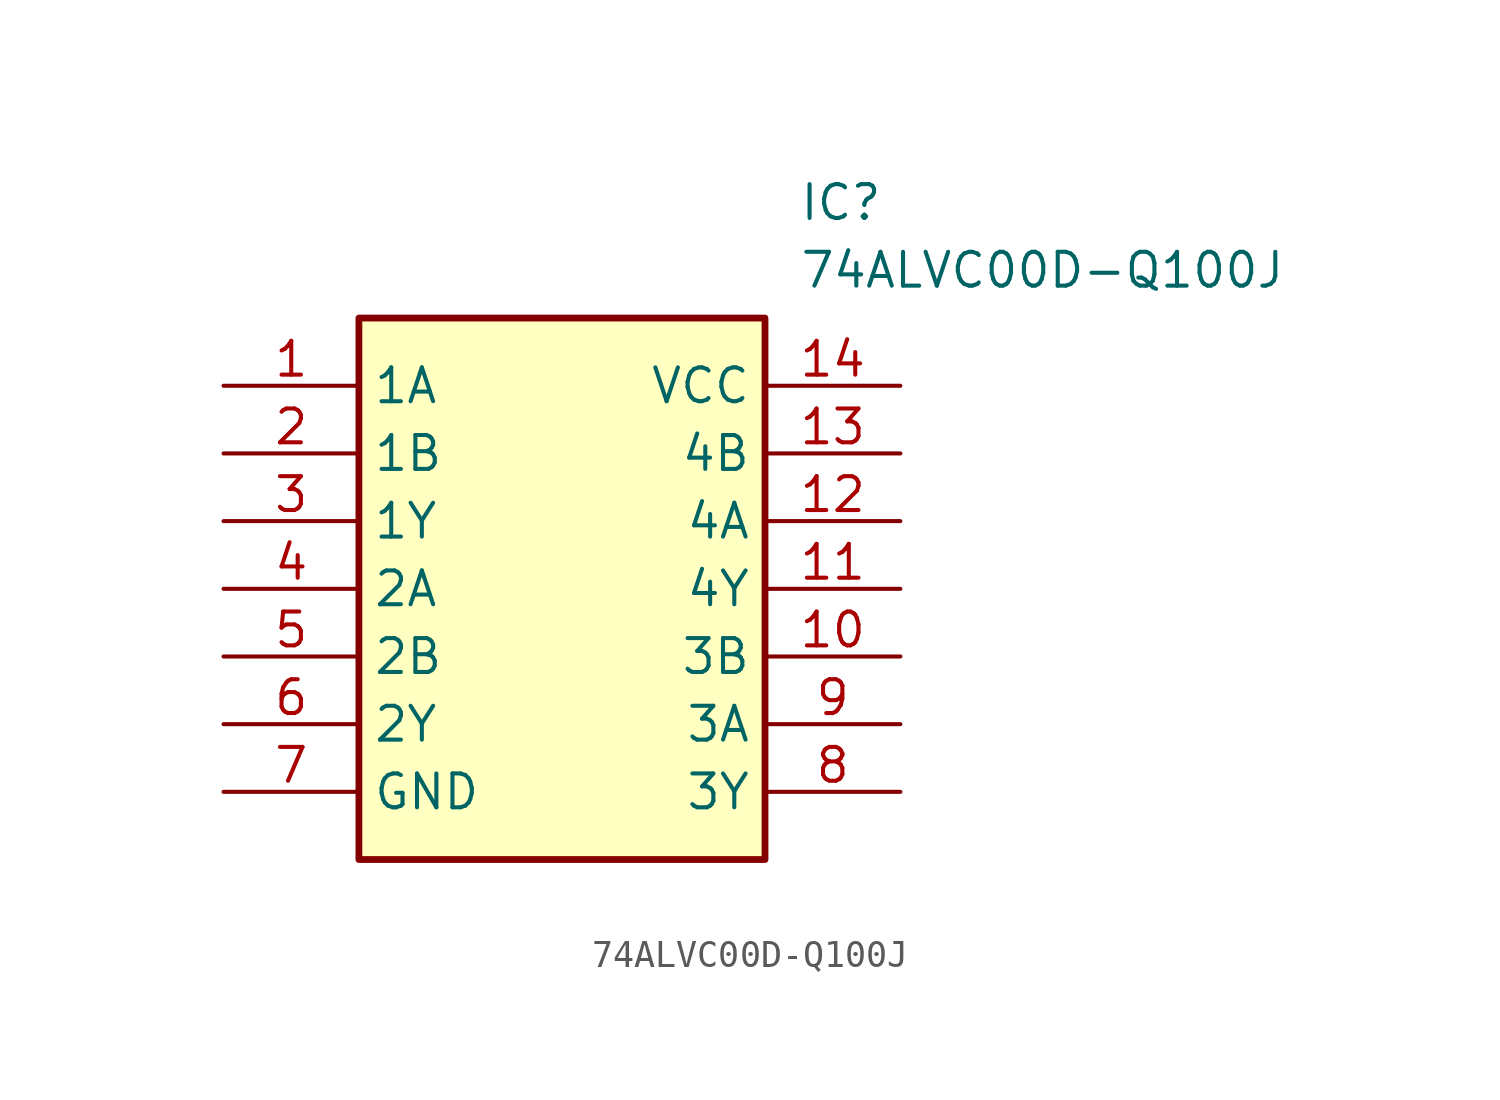
<source format=kicad_sym>
(kicad_symbol_lib
  (version 20231120)
  (generator "kicad_symbol_editor")
  (generator_version "8.0")
  (symbol "74ALVC00D-Q100J"
    (property "Reference" "IC"
      (at 21.59 7.62 0)
      (effects (font (size 1.27 1.27)) (justify left top)))
    (property "Value" "74ALVC00D-Q100J"
      (at 21.59 5.08 0)
      (effects (font (size 1.27 1.27)) (justify left top)))
    (symbol "74ALVC00D-Q100J_1_1"
      (rectangle (start 5.08 2.54) (end 20.32 -17.78) (stroke (width 0.254) (type default)) (fill (type background)))
      (pin passive line (at 0 0 0) (length 5.08) (name "1A" (effects (font (size 1.27 1.27)))) (number "1" (effects (font (size 1.27 1.27)))))
      (pin passive line (at 25.4 -10.16 180) (length 5.08) (name "3B" (effects (font (size 1.27 1.27)))) (number "10" (effects (font (size 1.27 1.27)))))
      (pin passive line (at 25.4 -7.62 180) (length 5.08) (name "4Y" (effects (font (size 1.27 1.27)))) (number "11" (effects (font (size 1.27 1.27)))))
      (pin passive line (at 25.4 -5.08 180) (length 5.08) (name "4A" (effects (font (size 1.27 1.27)))) (number "12" (effects (font (size 1.27 1.27)))))
      (pin passive line (at 25.4 -2.54 180) (length 5.08) (name "4B" (effects (font (size 1.27 1.27)))) (number "13" (effects (font (size 1.27 1.27)))))
      (pin passive line (at 25.4 0 180) (length 5.08) (name "VCC" (effects (font (size 1.27 1.27)))) (number "14" (effects (font (size 1.27 1.27)))))
      (pin passive line (at 0 -2.54 0) (length 5.08) (name "1B" (effects (font (size 1.27 1.27)))) (number "2" (effects (font (size 1.27 1.27)))))
      (pin passive line (at 0 -5.08 0) (length 5.08) (name "1Y" (effects (font (size 1.27 1.27)))) (number "3" (effects (font (size 1.27 1.27)))))
      (pin passive line (at 0 -7.62 0) (length 5.08) (name "2A" (effects (font (size 1.27 1.27)))) (number "4" (effects (font (size 1.27 1.27)))))
      (pin passive line (at 0 -10.16 0) (length 5.08) (name "2B" (effects (font (size 1.27 1.27)))) (number "5" (effects (font (size 1.27 1.27)))))
      (pin passive line (at 0 -12.7 0) (length 5.08) (name "2Y" (effects (font (size 1.27 1.27)))) (number "6" (effects (font (size 1.27 1.27)))))
      (pin passive line (at 0 -15.24 0) (length 5.08) (name "GND" (effects (font (size 1.27 1.27)))) (number "7" (effects (font (size 1.27 1.27)))))
      (pin passive line (at 25.4 -15.24 180) (length 5.08) (name "3Y" (effects (font (size 1.27 1.27)))) (number "8" (effects (font (size 1.27 1.27)))))
      (pin passive line (at 25.4 -12.7 180) (length 5.08) (name "3A" (effects (font (size 1.27 1.27)))) (number "9" (effects (font (size 1.27 1.27))))))))
</source>
